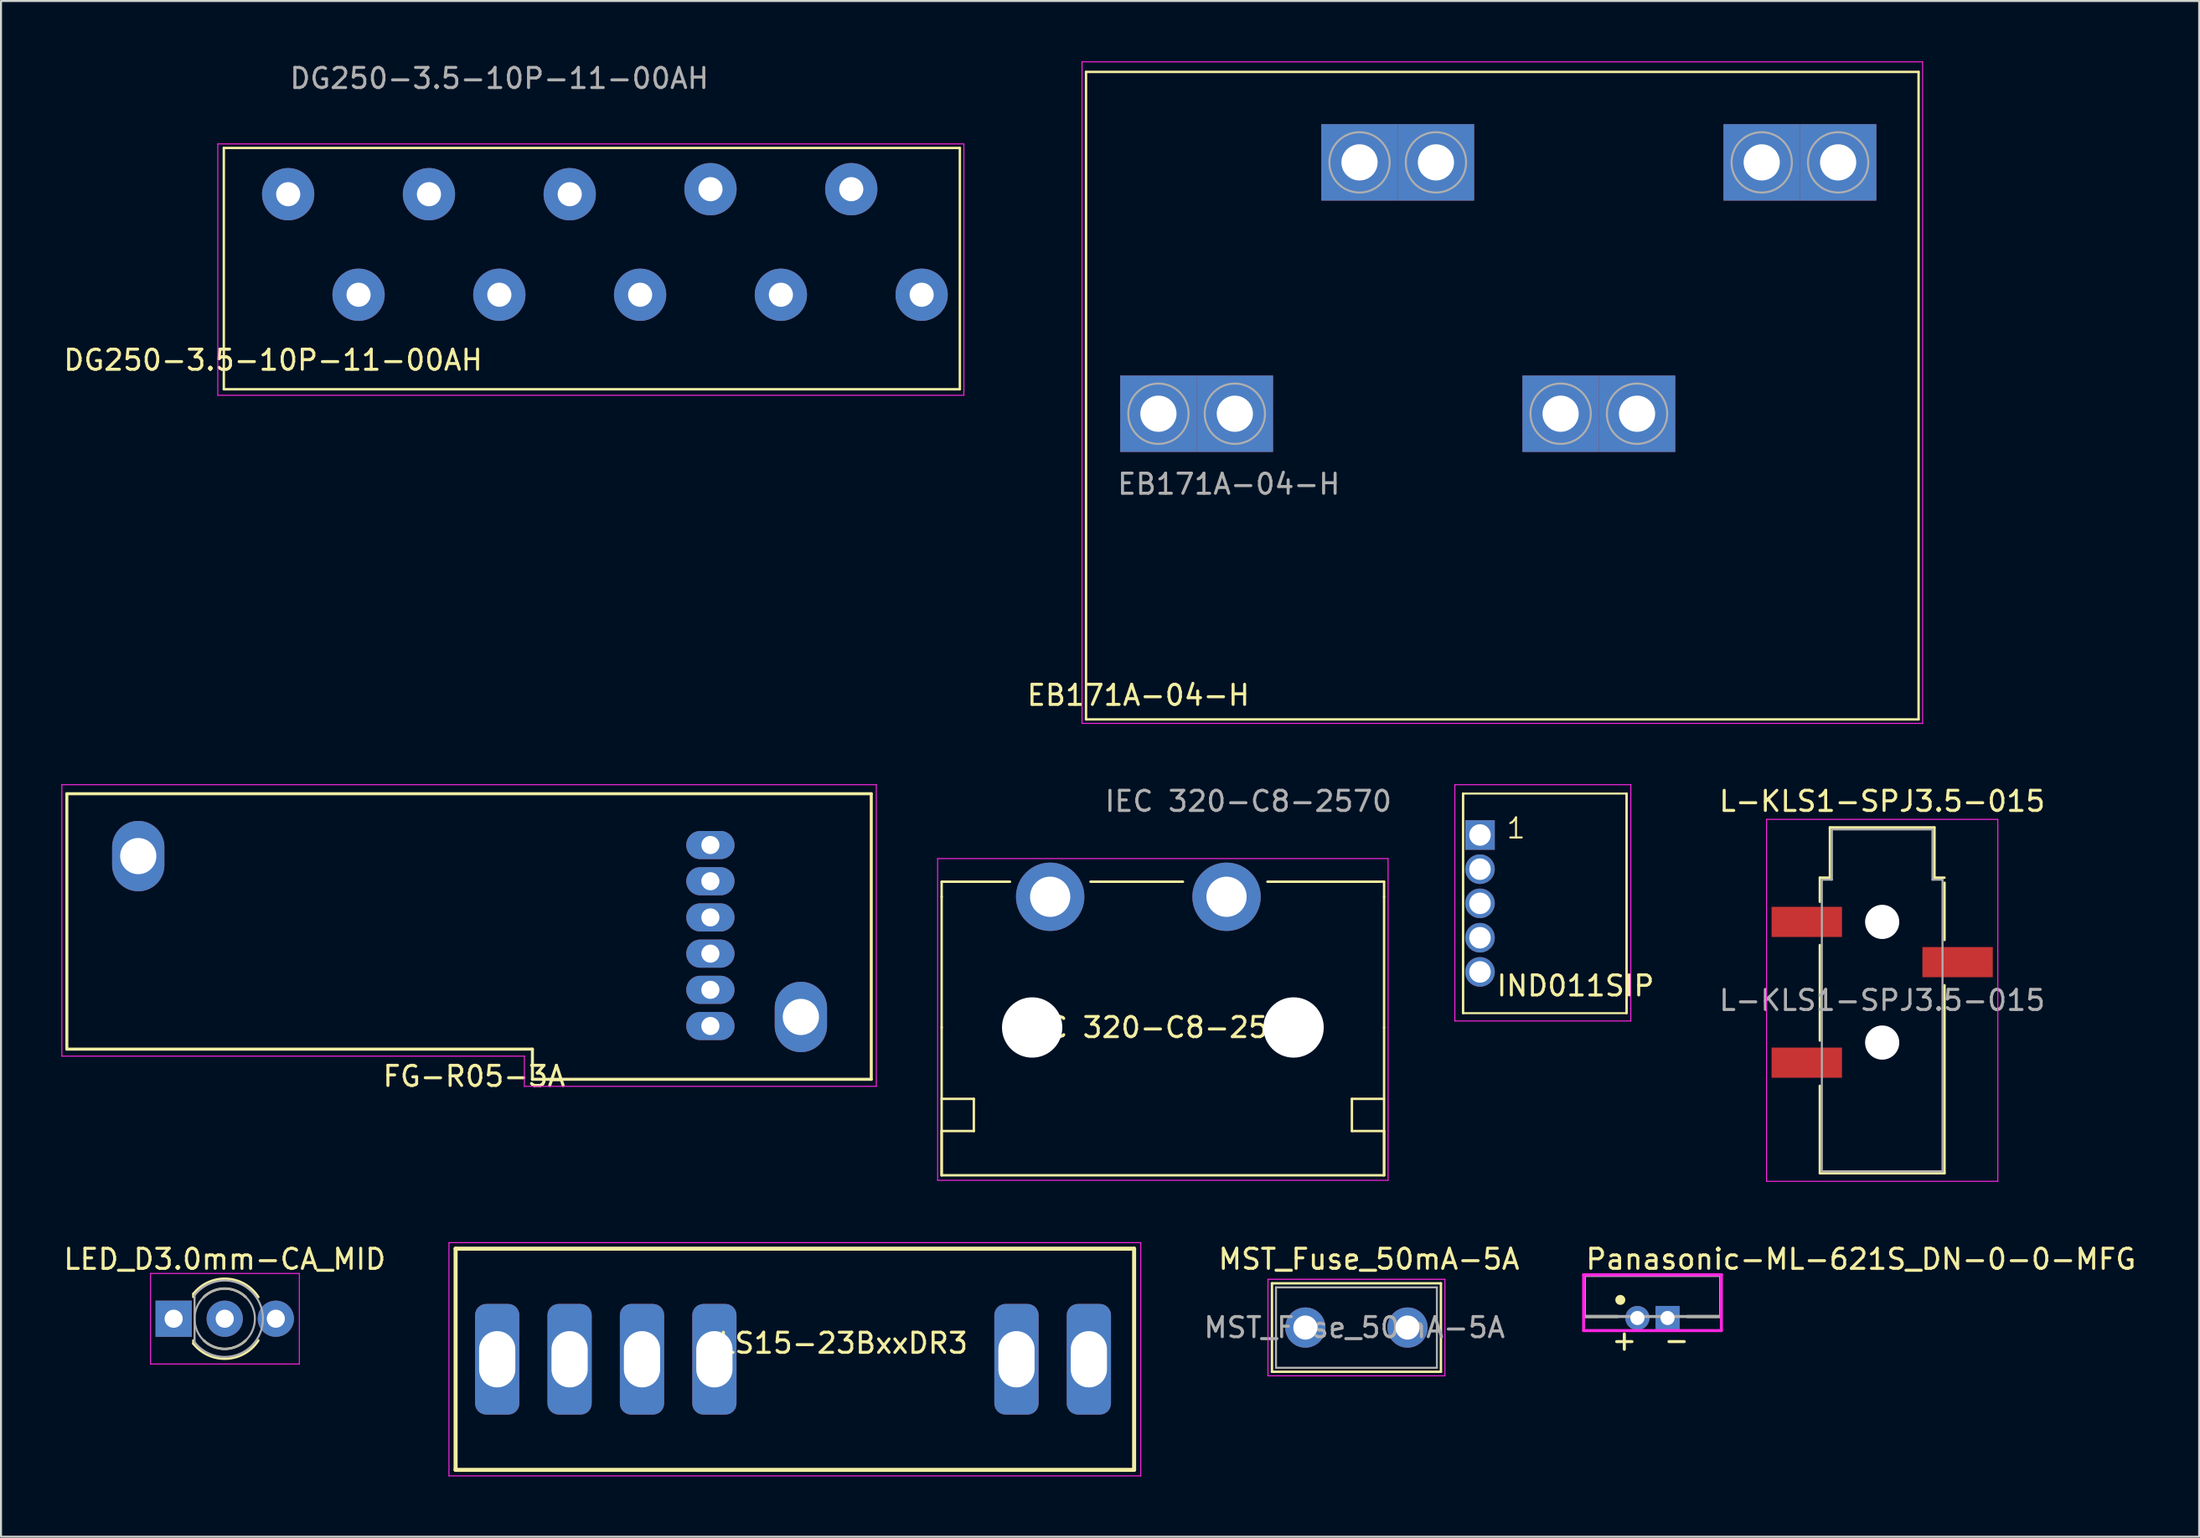
<source format=kicad_pcb>
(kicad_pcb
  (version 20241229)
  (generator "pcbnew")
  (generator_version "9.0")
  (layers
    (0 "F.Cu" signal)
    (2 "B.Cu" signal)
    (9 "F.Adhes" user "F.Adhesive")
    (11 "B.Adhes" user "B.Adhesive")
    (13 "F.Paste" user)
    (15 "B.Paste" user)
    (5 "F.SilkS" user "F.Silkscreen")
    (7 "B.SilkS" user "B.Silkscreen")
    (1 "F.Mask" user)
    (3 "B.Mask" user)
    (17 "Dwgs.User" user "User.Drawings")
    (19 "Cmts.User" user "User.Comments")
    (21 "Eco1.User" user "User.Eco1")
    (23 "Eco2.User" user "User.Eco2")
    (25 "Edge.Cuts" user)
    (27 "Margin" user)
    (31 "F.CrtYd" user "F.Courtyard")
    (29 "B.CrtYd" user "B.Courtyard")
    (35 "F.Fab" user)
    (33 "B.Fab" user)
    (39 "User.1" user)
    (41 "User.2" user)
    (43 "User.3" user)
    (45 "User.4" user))
  (footprint "L-KLS1-SPJ3.5-015"
    (layer "F.Cu")
    (at 90.544 40.698)
    (property "Reference" "L-KLS1-SPJ3.5-015" (at 0 -3.9 0) (layer "F.SilkS") (effects (font (size 1 1) (thickness 0.15))))
    (attr smd)
    (fp_line (start -3.1 -0.1) (end -2.6 -0.1) (stroke (width 0.12) (type solid)) (layer "F.SilkS"))
    (fp_line (start -3.1 1.1) (end -3.1 -0.1) (stroke (width 0.12) (type solid)) (layer "F.SilkS"))
    (fp_line (start -3.1 8) (end -3.1 3.25) (stroke (width 0.12) (type solid)) (layer "F.SilkS"))
    (fp_line (start -3.1 14.6) (end -3.1 10.25) (stroke (width 0.12) (type solid)) (layer "F.SilkS"))
    (fp_line (start -2.6 -2.6) (end 2.6 -2.6) (stroke (width 0.12) (type solid)) (layer "F.SilkS"))
    (fp_line (start -2.6 -0.1) (end -2.6 -2.6) (stroke (width 0.12) (type solid)) (layer "F.SilkS"))
    (fp_line (start 2.6 -2.6) (end 2.6 -0.1) (stroke (width 0.12) (type solid)) (layer "F.SilkS"))
    (fp_line (start 2.6 -0.1) (end 3.1 -0.1) (stroke (width 0.12) (type solid)) (layer "F.SilkS"))
    (fp_line (start 3.1 0.15) (end 3.1 3) (stroke (width 0.12) (type solid)) (layer "F.SilkS"))
    (fp_line (start 3.1 5.25) (end 3.1 14.6) (stroke (width 0.12) (type solid)) (layer "F.SilkS"))
    (fp_line (start 3.1 14.6) (end -3.1 14.6) (stroke (width 0.12) (type solid)) (layer "F.SilkS"))
    (fp_line (start -5.75 -3) (end 5.75 -3) (stroke (width 0.05) (type solid)) (layer "F.CrtYd"))
    (fp_line (start -5.75 15) (end -5.75 -3) (stroke (width 0.05) (type solid)) (layer "F.CrtYd"))
    (fp_line (start -5.75 15) (end 5.75 15) (stroke (width 0.05) (type solid)) (layer "F.CrtYd"))
    (fp_line (start 5.75 -3) (end 5.75 15) (stroke (width 0.05) (type solid)) (layer "F.CrtYd"))
    (fp_line (start -3 0) (end -2.5 0) (stroke (width 0.1) (type solid)) (layer "F.Fab"))
    (fp_line (start -3 14.5) (end -3 0) (stroke (width 0.1) (type solid)) (layer "F.Fab"))
    (fp_line (start -2.5 -2.5) (end 2.5 -2.5) (stroke (width 0.1) (type solid)) (layer "F.Fab"))
    (fp_line (start -2.5 0) (end -2.5 -2.5) (stroke (width 0.1) (type solid)) (layer "F.Fab"))
    (fp_line (start 2.5 -2.5) (end 2.5 0) (stroke (width 0.1) (type solid)) (layer "F.Fab"))
    (fp_line (start 2.5 0) (end 3 0) (stroke (width 0.1) (type solid)) (layer "F.Fab"))
    (fp_line (start 3 0) (end 3 14.5) (stroke (width 0.1) (type solid)) (layer "F.Fab"))
    (fp_line (start 3 14.5) (end -3 14.5) (stroke (width 0.1) (type solid)) (layer "F.Fab"))
    (fp_text user "${REFERENCE}" (at 0 6 0) (layer "F.Fab") (effects (font (size 1 1) (thickness 0.15))))
    (pad "" np_thru_hole circle (at 0 2.1) (size 1.7 1.7) (drill 1.7) (layers "*.Cu" "*.Mask"))
    (pad "" np_thru_hole circle (at 0 8.1) (size 1.7 1.7) (drill 1.7) (layers "*.Cu" "*.Mask"))
    (pad "R" smd rect (at 3.75 4.1) (size 3.5 1.5) (layers "F.Cu" "F.Mask" "F.Paste"))
    (pad "S" smd rect (at -3.75 2.1) (size 3.5 1.5) (layers "F.Cu" "F.Mask" "F.Paste"))
    (pad "T" smd rect (at -3.75 9.1) (size 3.5 1.5) (layers "F.Cu" "F.Mask" "F.Paste")))
  (footprint "Panasonic-ML-621S_DN-0-0-MFG"
    (layer "F.Cu")
    (at 79.122 61.396)
    (property "Reference" "Panasonic-ML-621S_DN-0-0-MFG" (at -3.4 -1.825 0) (layer "F.SilkS") (effects (font (size 1 1) (thickness 0.15)) (justify left)))
    (attr through_hole)
    (fp_line (start -3.4 -1.025) (end 3.4 -1.025) (stroke (width 0.15) (type solid)) (layer "F.SilkS"))
    (fp_line (start -3.4 1.025) (end -3.4 -1.025) (stroke (width 0.15) (type solid)) (layer "F.SilkS"))
    (fp_line (start -3.4 1.025) (end -1.725 1.025) (stroke (width 0.15) (type solid)) (layer "F.SilkS"))
    (fp_line (start 1.725 1.025) (end 3.4 1.025) (stroke (width 0.15) (type solid)) (layer "F.SilkS"))
    (fp_line (start 3.4 1.025) (end 3.4 -1.025) (stroke (width 0.15) (type solid)) (layer "F.SilkS"))
    (fp_circle (center -1.6 0.2) (end -1.475 0.2) (stroke (width 0.25) (type solid)) (fill no) (layer "F.SilkS"))
    (fp_line (start -3.425 -1.05) (end -3.425 1.725) (stroke (width 0.15) (type solid)) (layer "F.CrtYd"))
    (fp_line (start -3.425 1.725) (end 3.425 1.725) (stroke (width 0.15) (type solid)) (layer "F.CrtYd"))
    (fp_line (start 3.425 -1.05) (end -3.425 -1.05) (stroke (width 0.15) (type solid)) (layer "F.CrtYd"))
    (fp_line (start 3.425 -1.05) (end 3.425 -1.05) (stroke (width 0.15) (type solid)) (layer "F.CrtYd"))
    (fp_line (start 3.425 1.725) (end 3.425 -1.05) (stroke (width 0.15) (type solid)) (layer "F.CrtYd"))
    (fp_line (start -3.4 -1.025) (end 3.4 -1.025) (stroke (width 0.15) (type solid)) (layer "F.Fab"))
    (fp_line (start -3.4 1.025) (end -3.4 -1.025) (stroke (width 0.15) (type solid)) (layer "F.Fab"))
    (fp_line (start 3.4 -1.025) (end 3.4 1.025) (stroke (width 0.15) (type solid)) (layer "F.Fab"))
    (fp_line (start 3.4 1.025) (end -3.4 1.025) (stroke (width 0.15) (type solid)) (layer "F.Fab"))
    (fp_text user "-" (at 1.2 2.2 0) (unlocked yes) (layer "F.SilkS") (effects (font (size 1 1) (thickness 0.15))))
    (fp_text user "+" (at -1.4 2.2 0) (unlocked yes) (layer "F.SilkS") (effects (font (size 1 1) (thickness 0.15))))
    (pad "1" thru_hole rect (at 0.75 1.1) (size 1.2 1.2) (drill 0.7) (layers "*.Cu" "*.Mask"))
    (pad "2" thru_hole circle (at -0.75 1.1) (size 1.2 1.2) (drill 0.7) (layers "*.Cu" "*.Mask")))
  (footprint "DG250-3.5-10P-11-00AH"
    (layer "F.Cu")
    (at 11.28 11.608)
    (property "Reference" "DG250-3.5-10P-11-00AH" (at -0.75 3.25 0) (layer "F.SilkS") (effects (font (size 1 1) (thickness 0.15))))
    (attr through_hole)
    (fp_line (start -3.2 -7.3) (end 33.4 -7.3) (stroke (width 0.12) (type solid)) (layer "F.SilkS"))
    (fp_line (start -3.2 4.7) (end -3.2 -7.3) (stroke (width 0.12) (type solid)) (layer "F.SilkS"))
    (fp_line (start -3.2 4.7) (end 33.4 4.7) (stroke (width 0.12) (type solid)) (layer "F.SilkS"))
    (fp_line (start 33.4 4.7) (end 33.4 -7.3) (stroke (width 0.12) (type solid)) (layer "F.SilkS"))
    (fp_line (start -3.5 5) (end -3.5 -7.5) (stroke (width 0.05) (type solid)) (layer "F.CrtYd"))
    (fp_line (start 33.6 -7.5) (end -3.5 -7.5) (stroke (width 0.05) (type solid)) (layer "F.CrtYd"))
    (fp_line (start 33.6 5) (end -3.5 5) (stroke (width 0.05) (type solid)) (layer "F.CrtYd"))
    (fp_line (start 33.6 5) (end 33.6 -7.5) (stroke (width 0.05) (type solid)) (layer "F.CrtYd"))
    (fp_text user "${REFERENCE}" (at 10.5 -10.76 0) (layer "F.Fab") (effects (font (size 1 1) (thickness 0.15))))
    (pad "1" thru_hole circle (at 0 -5) (size 2.6 2.6) (drill 1.2) (layers "*.Cu" "*.Mask"))
    (pad "2" thru_hole circle (at 3.5 0) (size 2.6 2.6) (drill 1.2) (layers "*.Cu" "*.Mask"))
    (pad "3" thru_hole circle (at 7 -5) (size 2.6 2.6) (drill 1.2) (layers "*.Cu" "*.Mask"))
    (pad "4" thru_hole circle (at 10.5 0) (size 2.6 2.6) (drill 1.2) (layers "*.Cu" "*.Mask"))
    (pad "5" thru_hole circle (at 14 -5) (size 2.6 2.6) (drill 1.2) (layers "*.Cu" "*.Mask"))
    (pad "6" thru_hole circle (at 17.5 0) (size 2.6 2.6) (drill 1.2) (layers "*.Cu" "*.Mask"))
    (pad "7" thru_hole circle (at 21 -5.25) (size 2.6 2.6) (drill 1.2) (layers "*.Cu" "*.Mask"))
    (pad "8" thru_hole circle (at 24.5 0) (size 2.6 2.6) (drill 1.2) (layers "*.Cu" "*.Mask"))
    (pad "9" thru_hole circle (at 28 -5.25) (size 2.6 2.6) (drill 1.2) (layers "*.Cu" "*.Mask"))
    (pad "10" thru_hole circle (at 31.5 0) (size 2.6 2.6) (drill 1.2) (layers "*.Cu" "*.Mask")))
  (footprint "FG-R05-3A"
    (layer "F.Cu")
    (at 32.275 38.975)
    (property "Reference" "FG-R05-3A" (at -11.75 11.5 0) (layer "F.SilkS") (effects (font (size 1 1) (thickness 0.15))))
    (attr through_hole)
    (fp_line (start -32 -2.55) (end -32 10.15) (stroke (width 0.15) (type default)) (layer "F.SilkS"))
    (fp_line (start -8.85 10.15) (end -32 10.15) (stroke (width 0.15) (type default)) (layer "F.SilkS"))
    (fp_line (start -8.85 10.15) (end -8.85 11.65) (stroke (width 0.15) (type default)) (layer "F.SilkS"))
    (fp_line (start 8 -2.55) (end -32 -2.55) (stroke (width 0.15) (type default)) (layer "F.SilkS"))
    (fp_line (start 8 -2.55) (end 8 11.65) (stroke (width 0.15) (type default)) (layer "F.SilkS"))
    (fp_line (start 8 11.65) (end -8.85 11.65) (stroke (width 0.15) (type default)) (layer "F.SilkS"))
    (fp_line (start -32.25 -3) (end 8.25 -3) (stroke (width 0.05) (type default)) (layer "F.CrtYd"))
    (fp_line (start -32.25 10.5) (end -32.25 -3) (stroke (width 0.05) (type default)) (layer "F.CrtYd"))
    (fp_line (start -9.25 10.5) (end -32.25 10.5) (stroke (width 0.05) (type default)) (layer "F.CrtYd"))
    (fp_line (start -9.25 12) (end -9.25 10.5) (stroke (width 0.05) (type default)) (layer "F.CrtYd"))
    (fp_line (start 8.25 -3) (end 8.25 12) (stroke (width 0.05) (type default)) (layer "F.CrtYd"))
    (fp_line (start 8.25 12) (end -9.25 12) (stroke (width 0.05) (type default)) (layer "F.CrtYd"))
    (pad "1" thru_hole oval (at 0 0 180) (size 2.4 1.4) (drill 0.9) (layers "*.Cu" "*.Mask"))
    (pad "2" thru_hole oval (at 0 1.8 180) (size 2.4 1.4) (drill 0.9) (layers "*.Cu" "*.Mask"))
    (pad "3" thru_hole oval (at 0 3.6 180) (size 2.4 1.4) (drill 0.9) (layers "*.Cu" "*.Mask"))
    (pad "4" thru_hole oval (at 0 5.4 180) (size 2.4 1.4) (drill 0.9) (layers "*.Cu" "*.Mask"))
    (pad "5" thru_hole oval (at 0 7.2 180) (size 2.4 1.4) (drill 0.9) (layers "*.Cu" "*.Mask"))
    (pad "6" thru_hole oval (at 0 9 180) (size 2.4 1.4) (drill 0.9) (layers "*.Cu" "*.Mask"))
    (pad "7" thru_hole oval (at 4.5 8.55 180) (size 2.6 3.5) (drill 1.8) (layers "*.Cu" "*.Mask"))
    (pad "8" thru_hole oval (at -28.45 0.55 180) (size 2.6 3.5) (drill 1.8) (layers "*.Cu" "*.Mask")))
  (footprint "EB171A-04-H"
    (layer "F.Cu")
    (at 54.554 17.525)
    (property "Reference" "EB171A-04-H" (at -1 14 0) (layer "F.SilkS") (effects (font (size 1 1) (thickness 0.15))))
    (attr through_hole)
    (fp_line (start -3.6 -17) (end 37.8 -17) (stroke (width 0.12) (type solid)) (layer "F.SilkS"))
    (fp_line (start -3.6 15.2) (end -3.6 -17) (stroke (width 0.12) (type solid)) (layer "F.SilkS"))
    (fp_line (start -3.6 15.2) (end 37.8 15.2) (stroke (width 0.12) (type solid)) (layer "F.SilkS"))
    (fp_line (start 37.8 15.2) (end 37.8 -17) (stroke (width 0.12) (type solid)) (layer "F.SilkS"))
    (fp_line (start -3.8 15.4) (end -3.8 -17.5) (stroke (width 0.05) (type solid)) (layer "F.CrtYd"))
    (fp_line (start -3.8 15.4) (end 38 15.4) (stroke (width 0.05) (type solid)) (layer "F.CrtYd"))
    (fp_line (start 38 -17.5) (end -3.8 -17.5) (stroke (width 0.05) (type solid)) (layer "F.CrtYd"))
    (fp_line (start 38 -17.5) (end 38 15.4) (stroke (width 0.05) (type solid)) (layer "F.CrtYd"))
    (fp_circle (center 0 0) (end 1.5 0) (stroke (width 0.1) (type solid)) (fill no) (layer "F.Fab"))
    (fp_circle (center 3.8 0) (end 5.3 0) (stroke (width 0.1) (type solid)) (fill no) (layer "F.Fab"))
    (fp_circle (center 10 -12.5) (end 11.5 -12.5) (stroke (width 0.1) (type solid)) (fill no) (layer "F.Fab"))
    (fp_circle (center 13.8 -12.5) (end 15.3 -12.5) (stroke (width 0.1) (type solid)) (fill no) (layer "F.Fab"))
    (fp_circle (center 20 0) (end 21.5 0) (stroke (width 0.1) (type solid)) (fill no) (layer "F.Fab"))
    (fp_circle (center 23.8 0) (end 25.3 0) (stroke (width 0.1) (type solid)) (fill no) (layer "F.Fab"))
    (fp_circle (center 30 -12.5) (end 31.5 -12.5) (stroke (width 0.1) (type solid)) (fill no) (layer "F.Fab"))
    (fp_circle (center 33.8 -12.5) (end 35.3 -12.5) (stroke (width 0.1) (type solid)) (fill no) (layer "F.Fab"))
    (fp_text user "${REFERENCE}" (at 3.5 3.5 0) (layer "F.Fab") (effects (font (size 1 1) (thickness 0.15))))
    (pad "1" thru_hole rect (at 0 0) (size 3.8 3.8) (drill 1.8) (layers "*.Cu" "*.Mask"))
    (pad "1" thru_hole rect (at 3.8 0) (size 3.8 3.8) (drill 1.8) (layers "*.Cu" "*.Mask"))
    (pad "2" thru_hole rect (at 10 -12.5) (size 3.8 3.8) (drill 1.8) (layers "*.Cu" "*.Mask"))
    (pad "2" thru_hole rect (at 13.8 -12.5) (size 3.8 3.8) (drill 1.8) (layers "*.Cu" "*.Mask"))
    (pad "3" thru_hole rect (at 20 0) (size 3.8 3.8) (drill 1.8) (layers "*.Cu" "*.Mask"))
    (pad "3" thru_hole rect (at 23.8 0) (size 3.8 3.8) (drill 1.8) (layers "*.Cu" "*.Mask"))
    (pad "4" thru_hole rect (at 30 -12.5) (size 3.8 3.8) (drill 1.8) (layers "*.Cu" "*.Mask"))
    (pad "4" thru_hole rect (at 33.8 -12.5) (size 3.8 3.8) (drill 1.8) (layers "*.Cu" "*.Mask")))
  (footprint "MST_Fuse_50mA-5A"
    (layer "F.Cu")
    (at 64.401 62.971)
    (property "Reference" "MST_Fuse_50mA-5A" (at 0.62 -3.4 0) (layer "F.SilkS") (effects (font (size 1 1) (thickness 0.15))))
    (attr through_hole)
    (fp_line (start -4.2 2.2) (end -4.2 -2.2) (stroke (width 0.12) (type default)) (layer "F.SilkS"))
    (fp_line (start 4.2 -2.2) (end -4.2 -2.2) (stroke (width 0.12) (type solid)) (layer "F.SilkS"))
    (fp_line (start 4.2 -2.2) (end 4.2 2.2) (stroke (width 0.12) (type default)) (layer "F.SilkS"))
    (fp_line (start 4.2 2.2) (end -4.2 2.2) (stroke (width 0.12) (type solid)) (layer "F.SilkS"))
    (fp_line (start -4.4 -2.4) (end -4.4 2.4) (stroke (width 0.05) (type default)) (layer "F.CrtYd"))
    (fp_line (start -4.4 2.4) (end 4.4 2.4) (stroke (width 0.05) (type default)) (layer "F.CrtYd"))
    (fp_line (start 4.4 -2.4) (end -4.4 -2.4) (stroke (width 0.05) (type default)) (layer "F.CrtYd"))
    (fp_line (start 4.4 2.4) (end 4.4 -2.4) (stroke (width 0.05) (type default)) (layer "F.CrtYd"))
    (fp_line (start -4 -2) (end -4 2) (stroke (width 0.1) (type default)) (layer "F.Fab"))
    (fp_line (start -4 2) (end 4 2) (stroke (width 0.1) (type default)) (layer "F.Fab"))
    (fp_line (start 4 -2) (end -4 -2) (stroke (width 0.1) (type default)) (layer "F.Fab"))
    (fp_line (start 4 2) (end 4 -2) (stroke (width 0.1) (type default)) (layer "F.Fab"))
    (fp_text user "${REFERENCE}" (at -0.1 0 0) (layer "F.Fab") (effects (font (size 1 1) (thickness 0.15))))
    (pad "1" thru_hole circle (at -2.54 0) (size 2 2) (drill 1.2) (layers "*.Cu" "*.Mask"))
    (pad "2" thru_hole circle (at 2.54 0) (size 2 2) (drill 1.2) (layers "*.Cu" "*.Mask")))
  (footprint "IEC 320-C8-2570"
    (layer "F.Cu")
    (at 54.775 48.048)
    (property "Reference" "IEC 320-C8-2570" (at 0 0 0) (layer "F.SilkS") (effects (font (size 1 1) (thickness 0.15))))
    (attr through_hole)
    (fp_line (start -11 -7.25) (end -7.6 -7.25) (stroke (width 0.12) (type solid)) (layer "F.SilkS"))
    (fp_line (start -11 -6.5) (end -11 -7.25) (stroke (width 0.12) (type solid)) (layer "F.SilkS"))
    (fp_line (start -11 -6.5) (end -11 0) (stroke (width 0.12) (type solid)) (layer "F.SilkS"))
    (fp_line (start -11 3.55) (end -9.4 3.55) (stroke (width 0.12) (type solid)) (layer "F.SilkS"))
    (fp_line (start -11 7.35) (end -11 0) (stroke (width 0.12) (type solid)) (layer "F.SilkS"))
    (fp_line (start -11 7.35) (end -11 5.15) (stroke (width 0.12) (type solid)) (layer "F.SilkS"))
    (fp_line (start -11 7.35) (end 11 7.35) (stroke (width 0.12) (type solid)) (layer "F.SilkS"))
    (fp_line (start -9.4 5.15) (end -11 5.15) (stroke (width 0.12) (type solid)) (layer "F.SilkS"))
    (fp_line (start -9.4 5.15) (end -9.4 3.55) (stroke (width 0.12) (type solid)) (layer "F.SilkS"))
    (fp_line (start 1 -7.25) (end -3.6 -7.25) (stroke (width 0.12) (type solid)) (layer "F.SilkS"))
    (fp_line (start 5.2 -7.25) (end 11 -7.25) (stroke (width 0.12) (type solid)) (layer "F.SilkS"))
    (fp_line (start 9.4 3.55) (end 9.4 5.15) (stroke (width 0.12) (type solid)) (layer "F.SilkS"))
    (fp_line (start 9.4 3.55) (end 11 3.55) (stroke (width 0.12) (type solid)) (layer "F.SilkS"))
    (fp_line (start 11 -6.5) (end 11 -7.25) (stroke (width 0.12) (type solid)) (layer "F.SilkS"))
    (fp_line (start 11 -6.5) (end 11 0) (stroke (width 0.12) (type solid)) (layer "F.SilkS"))
    (fp_line (start 11 5.15) (end 9.4 5.15) (stroke (width 0.12) (type solid)) (layer "F.SilkS"))
    (fp_line (start 11 7.35) (end 11 0) (stroke (width 0.12) (type solid)) (layer "F.SilkS"))
    (fp_line (start 11 7.35) (end 11 5.15) (stroke (width 0.12) (type solid)) (layer "F.SilkS"))
    (fp_line (start -11.2 7.6) (end -11.2 -8.4) (stroke (width 0.05) (type solid)) (layer "F.CrtYd"))
    (fp_line (start -11.2 7.6) (end 11.2 7.6) (stroke (width 0.05) (type solid)) (layer "F.CrtYd"))
    (fp_line (start 11.2 -8.4) (end -11.2 -8.4) (stroke (width 0.05) (type solid)) (layer "F.CrtYd"))
    (fp_line (start 11.2 -8.4) (end 11.2 7.6) (stroke (width 0.05) (type solid)) (layer "F.CrtYd"))
    (fp_text user "${REFERENCE}" (at 4.25 -11.25 0) (layer "F.Fab") (effects (font (size 1 1) (thickness 0.15))))
    (pad "" np_thru_hole circle (at -6.5 0) (size 3 3) (drill 3) (layers "*.Cu" "*.Mask"))
    (pad "" np_thru_hole circle (at 6.5 0) (size 3 3) (drill 3) (layers "*.Cu" "*.Mask"))
    (pad "1" thru_hole circle (at -5.604 -6.5) (size 3.4 3.4) (drill 2) (layers "*.Cu" "*.Mask"))
    (pad "2" thru_hole circle (at 3.166 -6.5) (size 3.4 3.4) (drill 2) (layers "*.Cu" "*.Mask")))
  (footprint "LS15-23BxxDR3"
    (layer "F.Cu")
    (at 36.475 64.548)
    (property "Reference" "LS15-23BxxDR3" (at 2.4 -0.8 0) (layer "F.SilkS") (effects (font (size 1 1) (thickness 0.15))))
    (fp_line (start -16.87 -5.5) (end 16.87 -5.5) (stroke (width 0.2) (type solid)) (layer "F.SilkS"))
    (fp_line (start -16.87 5.5) (end -16.87 -5.5) (stroke (width 0.2) (type solid)) (layer "F.SilkS"))
    (fp_line (start -16.87 5.5) (end 16.87 5.5) (stroke (width 0.2) (type solid)) (layer "F.SilkS"))
    (fp_line (start 16.87 5.5) (end 16.87 -5.5) (stroke (width 0.2) (type solid)) (layer "F.SilkS"))
    (fp_line (start -17.2 -5.8) (end -17.2 5.8) (stroke (width 0.05) (type default)) (layer "F.CrtYd"))
    (fp_line (start -17.2 -5.8) (end 17.2 -5.8) (stroke (width 0.05) (type default)) (layer "F.CrtYd"))
    (fp_line (start 17.2 5.8) (end -17.2 5.8) (stroke (width 0.05) (type default)) (layer "F.CrtYd"))
    (fp_line (start 17.2 5.8) (end 17.2 -5.8) (stroke (width 0.05) (type default)) (layer "F.CrtYd"))
    (pad "1" thru_hole roundrect (at -14.801 -0.00008 90) (size 5.5 2.2) (drill oval 2.8 1.8) (layers "*.Cu" "*.Mask") (roundrect_rratio 0.25))
    (pad "2" thru_hole roundrect (at -11.201 -0.00008 90) (size 5.5 2.2) (drill oval 2.8 1.8) (layers "*.Cu" "*.Mask") (roundrect_rratio 0.25))
    (pad "3" thru_hole roundrect (at -7.601 -0.00008 90) (size 5.5 2.2) (drill oval 2.8 1.8) (layers "*.Cu" "*.Mask") (roundrect_rratio 0.25))
    (pad "4" thru_hole roundrect (at -4.001 -0.00008 90) (size 5.5 2.2) (drill oval 2.8 1.8) (layers "*.Cu" "*.Mask") (roundrect_rratio 0.25))
    (pad "5" thru_hole roundrect (at 11.02 -0.00008 90) (size 5.5 2.2) (drill oval 2.8 1.8) (layers "*.Cu" "*.Mask") (roundrect_rratio 0.25))
    (pad "6" thru_hole roundrect (at 14.62 -0.00008 90) (size 5.5 2.2) (drill oval 2.8 1.8) (layers "*.Cu" "*.Mask") (roundrect_rratio 0.25)))
  (footprint "IND011SIP"
    (layer "F.Cu")
    (at 70.544 38.475)
    (property "Reference" "IND011SIP" (at 4.75 7.5 0) (layer "F.SilkS") (effects (font (size 1 1) (thickness 0.15))))
    (attr through_hole)
    (fp_line (start -0.84 -2.06) (end 7.29 -2.06) (stroke (width 0.1) (type default)) (layer "F.SilkS"))
    (fp_line (start -0.84 8.86) (end -0.84 -2.06) (stroke (width 0.12) (type solid)) (layer "F.SilkS"))
    (fp_line (start -0.84 8.86) (end 7.29 8.86) (stroke (width 0.1) (type default)) (layer "F.SilkS"))
    (fp_line (start 7.29 8.86) (end 7.29 -2.06) (stroke (width 0.12) (type solid)) (layer "F.SilkS"))
    (fp_line (start -1.25 -2.5) (end -1.25 9.25) (stroke (width 0.05) (type solid)) (layer "F.CrtYd"))
    (fp_line (start -1.25 -2.5) (end 7.5 -2.5) (stroke (width 0.05) (type solid)) (layer "F.CrtYd"))
    (fp_line (start -1.25 9.25) (end 7.5 9.25) (stroke (width 0.05) (type solid)) (layer "F.CrtYd"))
    (fp_line (start 7.5 9.25) (end 7.5 -2.5) (stroke (width 0.05) (type solid)) (layer "F.CrtYd"))
    (fp_text user "1" (at 1.25 0.25 0) (unlocked yes) (layer "F.SilkS") (effects (font (size 1 1) (thickness 0.1)) (justify left bottom)))
    (pad "1" thru_hole rect (at 0 0) (size 1.47 1.47) (drill 1.07) (layers "*.Cu" "*.Mask"))
    (pad "2" thru_hole oval (at 0 1.7) (size 1.47 1.47) (drill 1.07) (layers "*.Cu" "*.Mask"))
    (pad "3" thru_hole oval (at 0 3.4) (size 1.47 1.47) (drill 1.07) (layers "*.Cu" "*.Mask"))
    (pad "4" thru_hole oval (at 0 5.11) (size 1.47 1.47) (drill 1.07) (layers "*.Cu" "*.Mask"))
    (pad "5" thru_hole oval (at 0 6.81) (size 1.47 1.47) (drill 1.07) (layers "*.Cu" "*.Mask")))
  (footprint "LED_D3.0mm-CA_MID"
    (layer "F.Cu")
    (at 5.585 62.532)
    (property "Reference" "LED_D3.0mm-CA_MID" (at 2.54 -2.96 0) (layer "F.SilkS") (effects (font (size 1 1) (thickness 0.15))))
    (attr through_hole)
    (fp_line (start 0.98 -1.236) (end 0.98 -1.08) (stroke (width 0.12) (type solid)) (layer "F.SilkS"))
    (fp_line (start 0.98 1.08) (end 0.98 1.236) (stroke (width 0.12) (type solid)) (layer "F.SilkS"))
    (fp_arc (start 0.98 -1.235516) (mid 2.636487 -1.987659) (end 4.212335 -1.078608) (stroke (width 0.12) (type solid)) (layer "F.SilkS"))
    (fp_arc (start 1.499039 -1.08) (mid 2.540117 -1.5) (end 3.58113 -1.079837) (stroke (width 0.12) (type solid)) (layer "F.SilkS"))
    (fp_arc (start 3.58113 1.079837) (mid 2.540117 1.5) (end 1.499039 1.08) (stroke (width 0.12) (type solid)) (layer "F.SilkS"))
    (fp_arc (start 4.212335 1.078608) (mid 2.636487 1.987659) (end 0.98 1.235516) (stroke (width 0.12) (type solid)) (layer "F.SilkS"))
    (fp_line (start -1.15 -2.25) (end -1.15 2.25) (stroke (width 0.05) (type solid)) (layer "F.CrtYd"))
    (fp_line (start -1.15 2.25) (end 6.25 2.25) (stroke (width 0.05) (type solid)) (layer "F.CrtYd"))
    (fp_line (start 6.25 -2.25) (end -1.15 -2.25) (stroke (width 0.05) (type solid)) (layer "F.CrtYd"))
    (fp_line (start 6.25 2.25) (end 6.25 -2.25) (stroke (width 0.05) (type solid)) (layer "F.CrtYd"))
    (fp_line (start 1.04 -1.166) (end 1.04 1.166) (stroke (width 0.1) (type solid)) (layer "F.Fab"))
    (fp_arc (start 1.04 -1.16619) (mid 4.44 0.000452) (end 1.039445 1.165476) (stroke (width 0.1) (type solid)) (layer "F.Fab"))
    (fp_circle (center 2.54 0) (end 4.04 0) (stroke (width 0.1) (type solid)) (fill no) (layer "F.Fab"))
    (pad "1" thru_hole rect (at 0 0) (size 1.8 1.8) (drill 0.9) (layers "*.Cu" "*.Mask"))
    (pad "2" thru_hole circle (at 5.08 0) (size 1.8 1.8) (drill 0.9) (layers "*.Cu" "*.Mask"))
    (pad "3" thru_hole circle (at 2.54 0) (size 1.8 1.8) (drill 0.9) (layers "*.Cu" "*.Mask")))
  (gr_rect
    (start -3 -3)
    (end 106.306 73.373)
    (stroke (width 0.1) (type default))
    (fill no)
    (layer "Edge.Cuts")))
</source>
